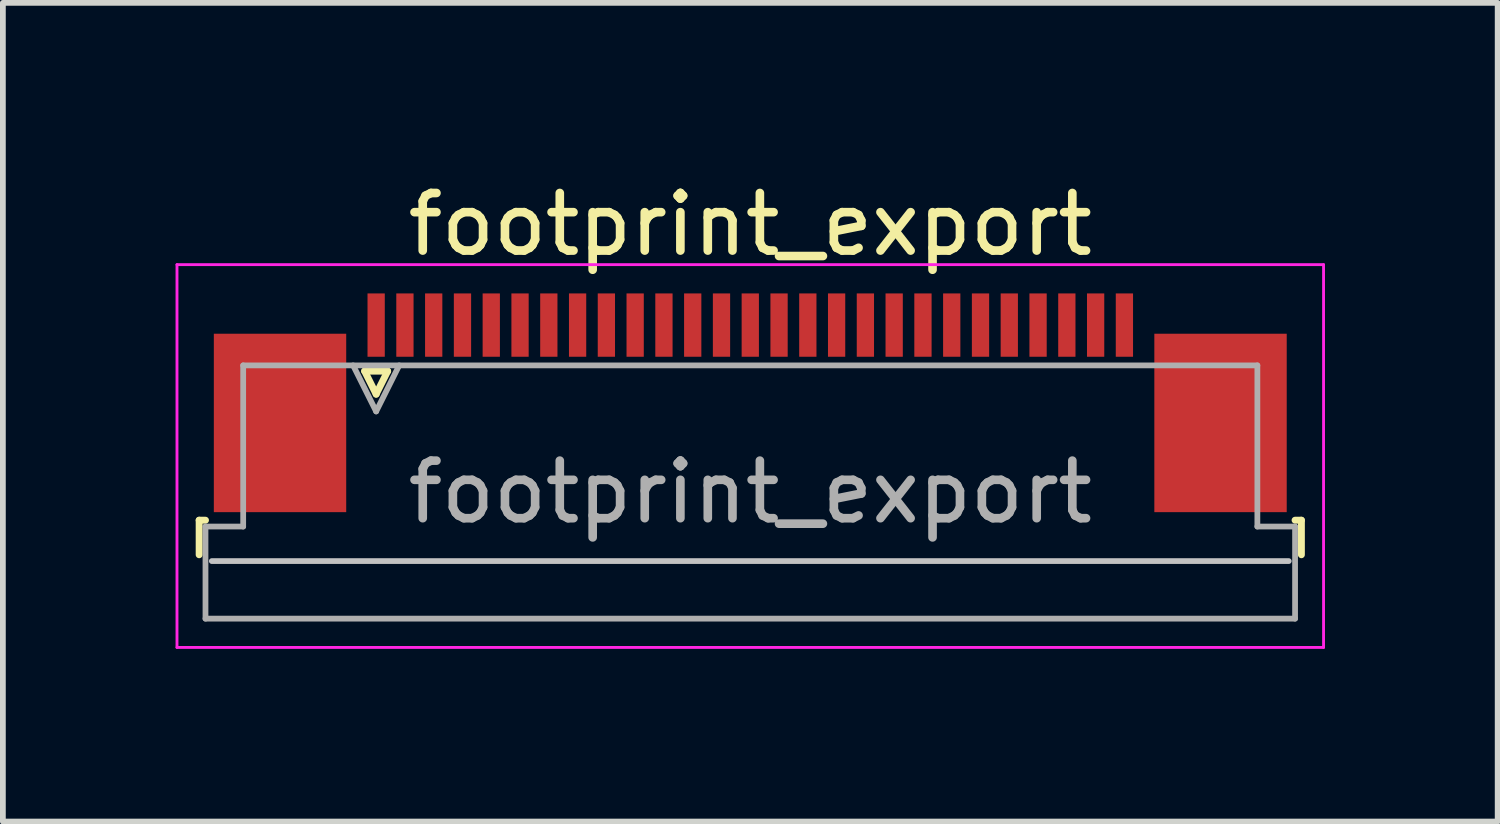
<source format=kicad_pcb>
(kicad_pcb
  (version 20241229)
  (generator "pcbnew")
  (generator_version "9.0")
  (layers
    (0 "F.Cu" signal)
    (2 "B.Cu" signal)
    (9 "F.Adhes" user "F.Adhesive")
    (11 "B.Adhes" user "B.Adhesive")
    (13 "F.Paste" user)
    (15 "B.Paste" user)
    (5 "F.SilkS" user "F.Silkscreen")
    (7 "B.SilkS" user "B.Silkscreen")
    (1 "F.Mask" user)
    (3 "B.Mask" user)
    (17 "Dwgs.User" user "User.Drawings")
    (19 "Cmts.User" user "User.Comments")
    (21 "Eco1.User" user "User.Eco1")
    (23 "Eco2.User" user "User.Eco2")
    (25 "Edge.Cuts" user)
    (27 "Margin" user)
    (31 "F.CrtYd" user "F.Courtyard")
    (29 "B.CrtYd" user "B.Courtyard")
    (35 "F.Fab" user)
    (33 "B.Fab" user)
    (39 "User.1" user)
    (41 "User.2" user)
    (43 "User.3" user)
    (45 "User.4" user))
  (footprint "footprint_export"
    (layer "F.Cu")
    (at 9.985 3.948)
    (property "Reference" "footprint_export" (at 0 -3.1 0) (layer "F.SilkS") (effects (font (size 1 1) (thickness 0.15))))
    (attr smd)
    (fp_line (start -9.575 2.04) (end -9.575 2.64) (stroke (width 0.12) (type solid)) (layer "F.SilkS"))
    (fp_line (start -9.465 2.04) (end -9.575 2.04) (stroke (width 0.12) (type solid)) (layer "F.SilkS"))
    (fp_line (start -6.7 -0.55) (end -6.5 -0.15) (stroke (width 0.12) (type solid)) (layer "F.SilkS"))
    (fp_line (start -6.5 -0.15) (end -6.3 -0.55) (stroke (width 0.12) (type solid)) (layer "F.SilkS"))
    (fp_line (start -6.3 -0.55) (end -6.7 -0.55) (stroke (width 0.12) (type solid)) (layer "F.SilkS"))
    (fp_line (start 9.465 2.04) (end 9.575 2.04) (stroke (width 0.12) (type solid)) (layer "F.SilkS"))
    (fp_line (start 9.575 2.04) (end 9.575 2.64) (stroke (width 0.12) (type solid)) (layer "F.SilkS"))
    (fp_line (start 9.355 2.75) (end -9.355 2.75) (stroke (width 0.1) (type solid)) (layer "Dwgs.User"))
    (fp_line (start -9.96 -2.4) (end -9.96 4.25) (stroke (width 0.05) (type solid)) (layer "F.CrtYd"))
    (fp_line (start -9.96 4.25) (end 9.96 4.25) (stroke (width 0.05) (type solid)) (layer "F.CrtYd"))
    (fp_line (start 9.96 -2.4) (end -9.96 -2.4) (stroke (width 0.05) (type solid)) (layer "F.CrtYd"))
    (fp_line (start 9.96 4.25) (end 9.96 -2.4) (stroke (width 0.05) (type solid)) (layer "F.CrtYd"))
    (fp_line (start -9.465 2.15) (end -8.81 2.15) (stroke (width 0.1) (type solid)) (layer "F.Fab"))
    (fp_line (start -9.465 3.75) (end -9.465 2.15) (stroke (width 0.1) (type solid)) (layer "F.Fab"))
    (fp_line (start -8.81 -0.65) (end 8.81 -0.65) (stroke (width 0.1) (type solid)) (layer "F.Fab"))
    (fp_line (start -8.81 2.15) (end -8.81 -0.65) (stroke (width 0.1) (type solid)) (layer "F.Fab"))
    (fp_line (start -6.9 -0.65) (end -6.5 0.15) (stroke (width 0.1) (type solid)) (layer "F.Fab"))
    (fp_line (start -6.5 0.15) (end -6.1 -0.65) (stroke (width 0.1) (type solid)) (layer "F.Fab"))
    (fp_line (start 8.81 -0.65) (end 8.81 2.15) (stroke (width 0.1) (type solid)) (layer "F.Fab"))
    (fp_line (start 8.81 2.15) (end 9.465 2.15) (stroke (width 0.1) (type solid)) (layer "F.Fab"))
    (fp_line (start 9.465 2.15) (end 9.465 3.75) (stroke (width 0.1) (type solid)) (layer "F.Fab"))
    (fp_line (start 9.465 3.75) (end -9.465 3.75) (stroke (width 0.1) (type solid)) (layer "F.Fab"))
    (fp_text user "${REFERENCE}" (at 0 1.55 0) (layer "F.Fab") (effects (font (size 1 1) (thickness 0.15))))
    (pad "1" smd rect (at -6.5 -1.35) (size 0.3 1.1) (layers "F.Cu" "F.Mask" "F.Paste"))
    (pad "2" smd rect (at -6 -1.35) (size 0.3 1.1) (layers "F.Cu" "F.Mask" "F.Paste"))
    (pad "3" smd rect (at -5.5 -1.35) (size 0.3 1.1) (layers "F.Cu" "F.Mask" "F.Paste"))
    (pad "4" smd rect (at -5 -1.35) (size 0.3 1.1) (layers "F.Cu" "F.Mask" "F.Paste"))
    (pad "5" smd rect (at -4.5 -1.35) (size 0.3 1.1) (layers "F.Cu" "F.Mask" "F.Paste"))
    (pad "6" smd rect (at -4 -1.35) (size 0.3 1.1) (layers "F.Cu" "F.Mask" "F.Paste"))
    (pad "7" smd rect (at -3.5 -1.35) (size 0.3 1.1) (layers "F.Cu" "F.Mask" "F.Paste"))
    (pad "8" smd rect (at -3 -1.35) (size 0.3 1.1) (layers "F.Cu" "F.Mask" "F.Paste"))
    (pad "9" smd rect (at -2.5 -1.35) (size 0.3 1.1) (layers "F.Cu" "F.Mask" "F.Paste"))
    (pad "10" smd rect (at -2 -1.35) (size 0.3 1.1) (layers "F.Cu" "F.Mask" "F.Paste"))
    (pad "11" smd rect (at -1.5 -1.35) (size 0.3 1.1) (layers "F.Cu" "F.Mask" "F.Paste"))
    (pad "12" smd rect (at -1 -1.35) (size 0.3 1.1) (layers "F.Cu" "F.Mask" "F.Paste"))
    (pad "13" smd rect (at -0.5 -1.35) (size 0.3 1.1) (layers "F.Cu" "F.Mask" "F.Paste"))
    (pad "14" smd rect (at 0 -1.35) (size 0.3 1.1) (layers "F.Cu" "F.Mask" "F.Paste"))
    (pad "15" smd rect (at 0.5 -1.35) (size 0.3 1.1) (layers "F.Cu" "F.Mask" "F.Paste"))
    (pad "16" smd rect (at 1 -1.35) (size 0.3 1.1) (layers "F.Cu" "F.Mask" "F.Paste"))
    (pad "17" smd rect (at 1.5 -1.35) (size 0.3 1.1) (layers "F.Cu" "F.Mask" "F.Paste"))
    (pad "18" smd rect (at 2 -1.35) (size 0.3 1.1) (layers "F.Cu" "F.Mask" "F.Paste"))
    (pad "19" smd rect (at 2.5 -1.35) (size 0.3 1.1) (layers "F.Cu" "F.Mask" "F.Paste"))
    (pad "20" smd rect (at 3 -1.35) (size 0.3 1.1) (layers "F.Cu" "F.Mask" "F.Paste"))
    (pad "21" smd rect (at 3.5 -1.35) (size 0.3 1.1) (layers "F.Cu" "F.Mask" "F.Paste"))
    (pad "22" smd rect (at 4 -1.35) (size 0.3 1.1) (layers "F.Cu" "F.Mask" "F.Paste"))
    (pad "23" smd rect (at 4.5 -1.35) (size 0.3 1.1) (layers "F.Cu" "F.Mask" "F.Paste"))
    (pad "24" smd rect (at 5 -1.35) (size 0.3 1.1) (layers "F.Cu" "F.Mask" "F.Paste"))
    (pad "25" smd rect (at 5.5 -1.35) (size 0.3 1.1) (layers "F.Cu" "F.Mask" "F.Paste"))
    (pad "26" smd rect (at 6 -1.35) (size 0.3 1.1) (layers "F.Cu" "F.Mask" "F.Paste"))
    (pad "27" smd rect (at 6.5 -1.35) (size 0.3 1.1) (layers "F.Cu" "F.Mask" "F.Paste"))
    (pad "MP" smd rect (at -8.17 0.35) (size 2.3 3.1) (layers "F.Cu" "F.Mask" "F.Paste"))
    (pad "MP" smd rect (at 8.17 0.35) (size 2.3 3.1) (layers "F.Cu" "F.Mask" "F.Paste")))
  (gr_rect
    (start -3 -3)
    (end 22.97 11.223)
    (stroke (width 0.1) (type default))
    (fill no)
    (layer "Edge.Cuts")))
</source>
